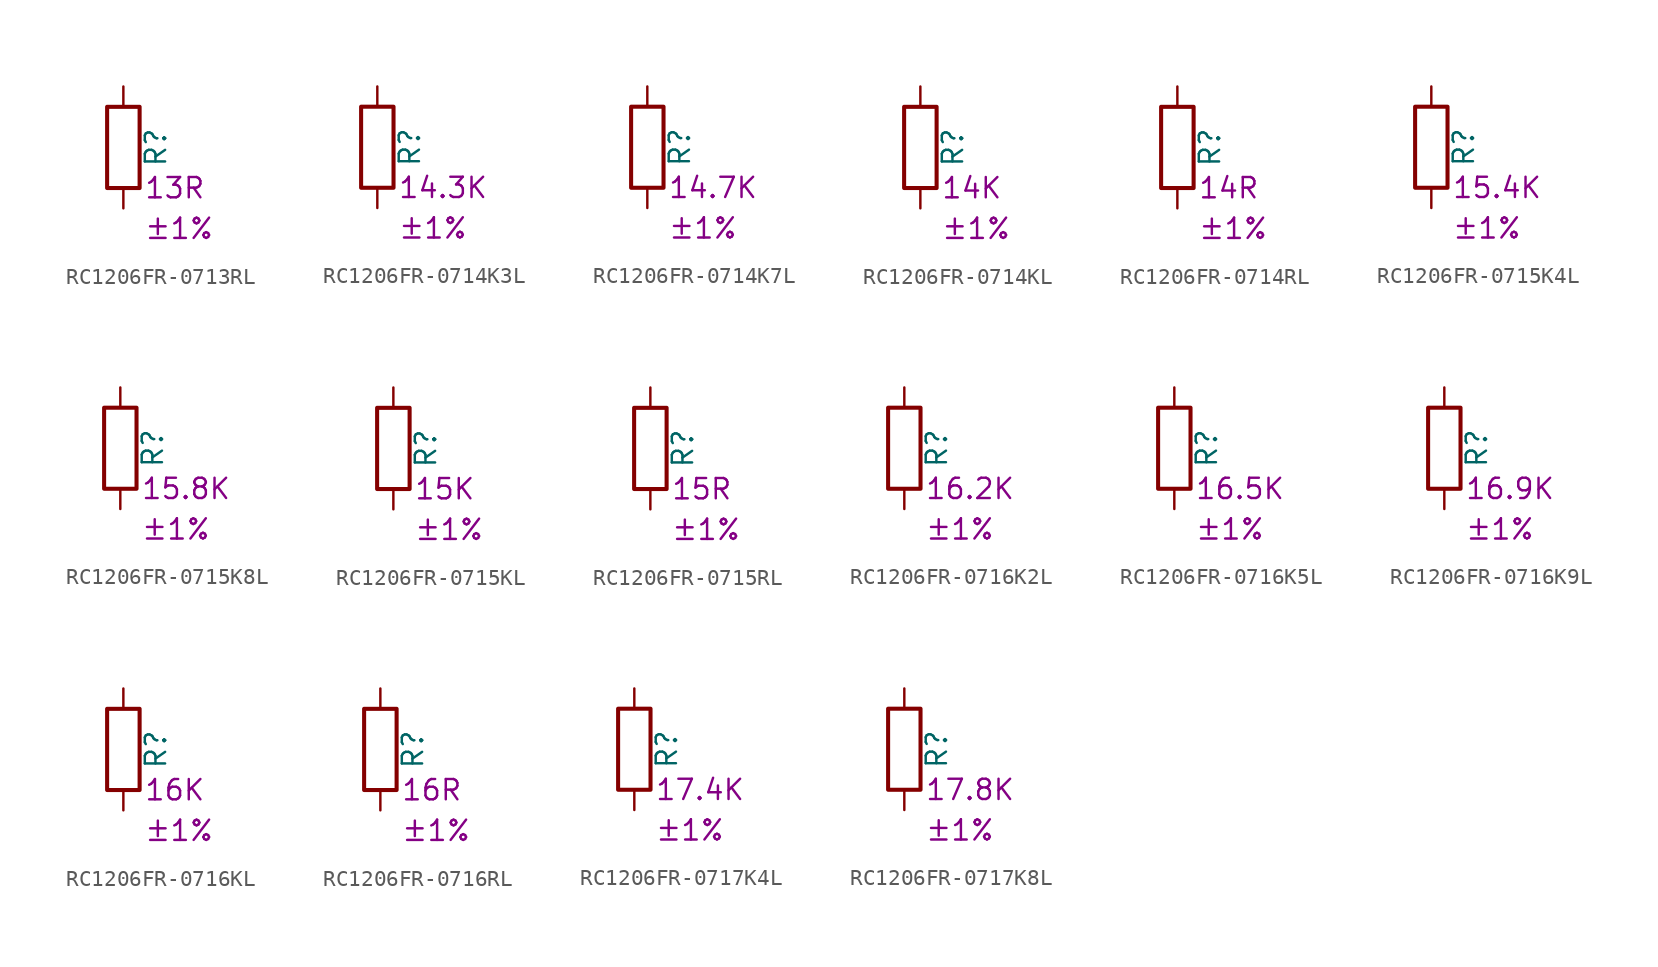
<source format=kicad_sym>
(kicad_symbol_lib
  (version 20220914)
  (generator kicad_symbol_editor)
  (symbol "RC1206FR-0713RL"
    (pin_numbers hide)
    (pin_names
      (offset 0))
    (property "Reference" "R"
      (at 2.032 0 90)
      (effects (font (size 1.27 1.27))))
    (property "Resistance" "13R"
      (at 1.27 -2.54 0)
      (effects (font (size 1.27 1.27)) (justify left)))
    (property "Tolerance" "±1%"
      (at 1.27 -5.08 0)
      (effects (font (size 1.27 1.27)) (justify left)))
    (symbol "RC1206FR-0713RL_0_1"
      (rectangle (start -1.016 -2.54) (end 1.016 2.54) (stroke (width 0.254) (type default)) (fill (type none))))
    (symbol "RC1206FR-0713RL_1_1"
      (pin passive line (at 0 3.81 270) (length 1.27) (name "~" (effects (font (size 1.27 1.27)))) (number "1" (effects (font (size 1.27 1.27)))))
      (pin passive line (at 0 -3.81 90) (length 1.27) (name "~" (effects (font (size 1.27 1.27)))) (number "2" (effects (font (size 1.27 1.27)))))))
  (symbol "RC1206FR-0714K3L"
    (pin_numbers hide)
    (pin_names
      (offset 0))
    (property "Reference" "R"
      (at 2.032 0 90)
      (effects (font (size 1.27 1.27))))
    (property "Resistance" "14.3K"
      (at 1.27 -2.54 0)
      (effects (font (size 1.27 1.27)) (justify left)))
    (property "Tolerance" "±1%"
      (at 1.27 -5.08 0)
      (effects (font (size 1.27 1.27)) (justify left)))
    (symbol "RC1206FR-0714K3L_0_1"
      (rectangle (start -1.016 -2.54) (end 1.016 2.54) (stroke (width 0.254) (type default)) (fill (type none))))
    (symbol "RC1206FR-0714K3L_1_1"
      (pin passive line (at 0 3.81 270) (length 1.27) (name "~" (effects (font (size 1.27 1.27)))) (number "1" (effects (font (size 1.27 1.27)))))
      (pin passive line (at 0 -3.81 90) (length 1.27) (name "~" (effects (font (size 1.27 1.27)))) (number "2" (effects (font (size 1.27 1.27)))))))
  (symbol "RC1206FR-0714K7L"
    (pin_numbers hide)
    (pin_names
      (offset 0))
    (property "Reference" "R"
      (at 2.032 0 90)
      (effects (font (size 1.27 1.27))))
    (property "Resistance" "14.7K"
      (at 1.27 -2.54 0)
      (effects (font (size 1.27 1.27)) (justify left)))
    (property "Tolerance" "±1%"
      (at 1.27 -5.08 0)
      (effects (font (size 1.27 1.27)) (justify left)))
    (symbol "RC1206FR-0714K7L_0_1"
      (rectangle (start -1.016 -2.54) (end 1.016 2.54) (stroke (width 0.254) (type default)) (fill (type none))))
    (symbol "RC1206FR-0714K7L_1_1"
      (pin passive line (at 0 3.81 270) (length 1.27) (name "~" (effects (font (size 1.27 1.27)))) (number "1" (effects (font (size 1.27 1.27)))))
      (pin passive line (at 0 -3.81 90) (length 1.27) (name "~" (effects (font (size 1.27 1.27)))) (number "2" (effects (font (size 1.27 1.27)))))))
  (symbol "RC1206FR-0714KL"
    (pin_numbers hide)
    (pin_names
      (offset 0))
    (property "Reference" "R"
      (at 2.032 0 90)
      (effects (font (size 1.27 1.27))))
    (property "Resistance" "14K"
      (at 1.27 -2.54 0)
      (effects (font (size 1.27 1.27)) (justify left)))
    (property "Tolerance" "±1%"
      (at 1.27 -5.08 0)
      (effects (font (size 1.27 1.27)) (justify left)))
    (symbol "RC1206FR-0714KL_0_1"
      (rectangle (start -1.016 -2.54) (end 1.016 2.54) (stroke (width 0.254) (type default)) (fill (type none))))
    (symbol "RC1206FR-0714KL_1_1"
      (pin passive line (at 0 3.81 270) (length 1.27) (name "~" (effects (font (size 1.27 1.27)))) (number "1" (effects (font (size 1.27 1.27)))))
      (pin passive line (at 0 -3.81 90) (length 1.27) (name "~" (effects (font (size 1.27 1.27)))) (number "2" (effects (font (size 1.27 1.27)))))))
  (symbol "RC1206FR-0714RL"
    (pin_numbers hide)
    (pin_names
      (offset 0))
    (property "Reference" "R"
      (at 2.032 0 90)
      (effects (font (size 1.27 1.27))))
    (property "Resistance" "14R"
      (at 1.27 -2.54 0)
      (effects (font (size 1.27 1.27)) (justify left)))
    (property "Tolerance" "±1%"
      (at 1.27 -5.08 0)
      (effects (font (size 1.27 1.27)) (justify left)))
    (symbol "RC1206FR-0714RL_0_1"
      (rectangle (start -1.016 -2.54) (end 1.016 2.54) (stroke (width 0.254) (type default)) (fill (type none))))
    (symbol "RC1206FR-0714RL_1_1"
      (pin passive line (at 0 3.81 270) (length 1.27) (name "~" (effects (font (size 1.27 1.27)))) (number "1" (effects (font (size 1.27 1.27)))))
      (pin passive line (at 0 -3.81 90) (length 1.27) (name "~" (effects (font (size 1.27 1.27)))) (number "2" (effects (font (size 1.27 1.27)))))))
  (symbol "RC1206FR-0715K4L"
    (pin_numbers hide)
    (pin_names
      (offset 0))
    (property "Reference" "R"
      (at 2.032 0 90)
      (effects (font (size 1.27 1.27))))
    (property "Resistance" "15.4K"
      (at 1.27 -2.54 0)
      (effects (font (size 1.27 1.27)) (justify left)))
    (property "Tolerance" "±1%"
      (at 1.27 -5.08 0)
      (effects (font (size 1.27 1.27)) (justify left)))
    (symbol "RC1206FR-0715K4L_0_1"
      (rectangle (start -1.016 -2.54) (end 1.016 2.54) (stroke (width 0.254) (type default)) (fill (type none))))
    (symbol "RC1206FR-0715K4L_1_1"
      (pin passive line (at 0 3.81 270) (length 1.27) (name "~" (effects (font (size 1.27 1.27)))) (number "1" (effects (font (size 1.27 1.27)))))
      (pin passive line (at 0 -3.81 90) (length 1.27) (name "~" (effects (font (size 1.27 1.27)))) (number "2" (effects (font (size 1.27 1.27)))))))
  (symbol "RC1206FR-0715K8L"
    (pin_numbers hide)
    (pin_names
      (offset 0))
    (property "Reference" "R"
      (at 2.032 0 90)
      (effects (font (size 1.27 1.27))))
    (property "Resistance" "15.8K"
      (at 1.27 -2.54 0)
      (effects (font (size 1.27 1.27)) (justify left)))
    (property "Tolerance" "±1%"
      (at 1.27 -5.08 0)
      (effects (font (size 1.27 1.27)) (justify left)))
    (symbol "RC1206FR-0715K8L_0_1"
      (rectangle (start -1.016 -2.54) (end 1.016 2.54) (stroke (width 0.254) (type default)) (fill (type none))))
    (symbol "RC1206FR-0715K8L_1_1"
      (pin passive line (at 0 3.81 270) (length 1.27) (name "~" (effects (font (size 1.27 1.27)))) (number "1" (effects (font (size 1.27 1.27)))))
      (pin passive line (at 0 -3.81 90) (length 1.27) (name "~" (effects (font (size 1.27 1.27)))) (number "2" (effects (font (size 1.27 1.27)))))))
  (symbol "RC1206FR-0715KL"
    (pin_numbers hide)
    (pin_names
      (offset 0))
    (property "Reference" "R"
      (at 2.032 0 90)
      (effects (font (size 1.27 1.27))))
    (property "Resistance" "15K"
      (at 1.27 -2.54 0)
      (effects (font (size 1.27 1.27)) (justify left)))
    (property "Tolerance" "±1%"
      (at 1.27 -5.08 0)
      (effects (font (size 1.27 1.27)) (justify left)))
    (symbol "RC1206FR-0715KL_0_1"
      (rectangle (start -1.016 -2.54) (end 1.016 2.54) (stroke (width 0.254) (type default)) (fill (type none))))
    (symbol "RC1206FR-0715KL_1_1"
      (pin passive line (at 0 3.81 270) (length 1.27) (name "~" (effects (font (size 1.27 1.27)))) (number "1" (effects (font (size 1.27 1.27)))))
      (pin passive line (at 0 -3.81 90) (length 1.27) (name "~" (effects (font (size 1.27 1.27)))) (number "2" (effects (font (size 1.27 1.27)))))))
  (symbol "RC1206FR-0715RL"
    (pin_numbers hide)
    (pin_names
      (offset 0))
    (property "Reference" "R"
      (at 2.032 0 90)
      (effects (font (size 1.27 1.27))))
    (property "Resistance" "15R"
      (at 1.27 -2.54 0)
      (effects (font (size 1.27 1.27)) (justify left)))
    (property "Tolerance" "±1%"
      (at 1.27 -5.08 0)
      (effects (font (size 1.27 1.27)) (justify left)))
    (symbol "RC1206FR-0715RL_0_1"
      (rectangle (start -1.016 -2.54) (end 1.016 2.54) (stroke (width 0.254) (type default)) (fill (type none))))
    (symbol "RC1206FR-0715RL_1_1"
      (pin passive line (at 0 3.81 270) (length 1.27) (name "~" (effects (font (size 1.27 1.27)))) (number "1" (effects (font (size 1.27 1.27)))))
      (pin passive line (at 0 -3.81 90) (length 1.27) (name "~" (effects (font (size 1.27 1.27)))) (number "2" (effects (font (size 1.27 1.27)))))))
  (symbol "RC1206FR-0716K2L"
    (pin_numbers hide)
    (pin_names
      (offset 0))
    (property "Reference" "R"
      (at 2.032 0 90)
      (effects (font (size 1.27 1.27))))
    (property "Resistance" "16.2K"
      (at 1.27 -2.54 0)
      (effects (font (size 1.27 1.27)) (justify left)))
    (property "Tolerance" "±1%"
      (at 1.27 -5.08 0)
      (effects (font (size 1.27 1.27)) (justify left)))
    (symbol "RC1206FR-0716K2L_0_1"
      (rectangle (start -1.016 -2.54) (end 1.016 2.54) (stroke (width 0.254) (type default)) (fill (type none))))
    (symbol "RC1206FR-0716K2L_1_1"
      (pin passive line (at 0 3.81 270) (length 1.27) (name "~" (effects (font (size 1.27 1.27)))) (number "1" (effects (font (size 1.27 1.27)))))
      (pin passive line (at 0 -3.81 90) (length 1.27) (name "~" (effects (font (size 1.27 1.27)))) (number "2" (effects (font (size 1.27 1.27)))))))
  (symbol "RC1206FR-0716K5L"
    (pin_numbers hide)
    (pin_names
      (offset 0))
    (property "Reference" "R"
      (at 2.032 0 90)
      (effects (font (size 1.27 1.27))))
    (property "Resistance" "16.5K"
      (at 1.27 -2.54 0)
      (effects (font (size 1.27 1.27)) (justify left)))
    (property "Tolerance" "±1%"
      (at 1.27 -5.08 0)
      (effects (font (size 1.27 1.27)) (justify left)))
    (symbol "RC1206FR-0716K5L_0_1"
      (rectangle (start -1.016 -2.54) (end 1.016 2.54) (stroke (width 0.254) (type default)) (fill (type none))))
    (symbol "RC1206FR-0716K5L_1_1"
      (pin passive line (at 0 3.81 270) (length 1.27) (name "~" (effects (font (size 1.27 1.27)))) (number "1" (effects (font (size 1.27 1.27)))))
      (pin passive line (at 0 -3.81 90) (length 1.27) (name "~" (effects (font (size 1.27 1.27)))) (number "2" (effects (font (size 1.27 1.27)))))))
  (symbol "RC1206FR-0716K9L"
    (pin_numbers hide)
    (pin_names
      (offset 0))
    (property "Reference" "R"
      (at 2.032 0 90)
      (effects (font (size 1.27 1.27))))
    (property "Resistance" "16.9K"
      (at 1.27 -2.54 0)
      (effects (font (size 1.27 1.27)) (justify left)))
    (property "Tolerance" "±1%"
      (at 1.27 -5.08 0)
      (effects (font (size 1.27 1.27)) (justify left)))
    (symbol "RC1206FR-0716K9L_0_1"
      (rectangle (start -1.016 -2.54) (end 1.016 2.54) (stroke (width 0.254) (type default)) (fill (type none))))
    (symbol "RC1206FR-0716K9L_1_1"
      (pin passive line (at 0 3.81 270) (length 1.27) (name "~" (effects (font (size 1.27 1.27)))) (number "1" (effects (font (size 1.27 1.27)))))
      (pin passive line (at 0 -3.81 90) (length 1.27) (name "~" (effects (font (size 1.27 1.27)))) (number "2" (effects (font (size 1.27 1.27)))))))
  (symbol "RC1206FR-0716KL"
    (pin_numbers hide)
    (pin_names
      (offset 0))
    (property "Reference" "R"
      (at 2.032 0 90)
      (effects (font (size 1.27 1.27))))
    (property "Resistance" "16K"
      (at 1.27 -2.54 0)
      (effects (font (size 1.27 1.27)) (justify left)))
    (property "Tolerance" "±1%"
      (at 1.27 -5.08 0)
      (effects (font (size 1.27 1.27)) (justify left)))
    (symbol "RC1206FR-0716KL_0_1"
      (rectangle (start -1.016 -2.54) (end 1.016 2.54) (stroke (width 0.254) (type default)) (fill (type none))))
    (symbol "RC1206FR-0716KL_1_1"
      (pin passive line (at 0 3.81 270) (length 1.27) (name "~" (effects (font (size 1.27 1.27)))) (number "1" (effects (font (size 1.27 1.27)))))
      (pin passive line (at 0 -3.81 90) (length 1.27) (name "~" (effects (font (size 1.27 1.27)))) (number "2" (effects (font (size 1.27 1.27)))))))
  (symbol "RC1206FR-0716RL"
    (pin_numbers hide)
    (pin_names
      (offset 0))
    (property "Reference" "R"
      (at 2.032 0 90)
      (effects (font (size 1.27 1.27))))
    (property "Resistance" "16R"
      (at 1.27 -2.54 0)
      (effects (font (size 1.27 1.27)) (justify left)))
    (property "Tolerance" "±1%"
      (at 1.27 -5.08 0)
      (effects (font (size 1.27 1.27)) (justify left)))
    (symbol "RC1206FR-0716RL_0_1"
      (rectangle (start -1.016 -2.54) (end 1.016 2.54) (stroke (width 0.254) (type default)) (fill (type none))))
    (symbol "RC1206FR-0716RL_1_1"
      (pin passive line (at 0 3.81 270) (length 1.27) (name "~" (effects (font (size 1.27 1.27)))) (number "1" (effects (font (size 1.27 1.27)))))
      (pin passive line (at 0 -3.81 90) (length 1.27) (name "~" (effects (font (size 1.27 1.27)))) (number "2" (effects (font (size 1.27 1.27)))))))
  (symbol "RC1206FR-0717K4L"
    (pin_numbers hide)
    (pin_names
      (offset 0))
    (property "Reference" "R"
      (at 2.032 0 90)
      (effects (font (size 1.27 1.27))))
    (property "Resistance" "17.4K"
      (at 1.27 -2.54 0)
      (effects (font (size 1.27 1.27)) (justify left)))
    (property "Tolerance" "±1%"
      (at 1.27 -5.08 0)
      (effects (font (size 1.27 1.27)) (justify left)))
    (symbol "RC1206FR-0717K4L_0_1"
      (rectangle (start -1.016 -2.54) (end 1.016 2.54) (stroke (width 0.254) (type default)) (fill (type none))))
    (symbol "RC1206FR-0717K4L_1_1"
      (pin passive line (at 0 3.81 270) (length 1.27) (name "~" (effects (font (size 1.27 1.27)))) (number "1" (effects (font (size 1.27 1.27)))))
      (pin passive line (at 0 -3.81 90) (length 1.27) (name "~" (effects (font (size 1.27 1.27)))) (number "2" (effects (font (size 1.27 1.27)))))))
  (symbol "RC1206FR-0717K8L"
    (pin_numbers hide)
    (pin_names
      (offset 0))
    (property "Reference" "R"
      (at 2.032 0 90)
      (effects (font (size 1.27 1.27))))
    (property "Resistance" "17.8K"
      (at 1.27 -2.54 0)
      (effects (font (size 1.27 1.27)) (justify left)))
    (property "Tolerance" "±1%"
      (at 1.27 -5.08 0)
      (effects (font (size 1.27 1.27)) (justify left)))
    (symbol "RC1206FR-0717K8L_0_1"
      (rectangle (start -1.016 -2.54) (end 1.016 2.54) (stroke (width 0.254) (type default)) (fill (type none))))
    (symbol "RC1206FR-0717K8L_1_1"
      (pin passive line (at 0 3.81 270) (length 1.27) (name "~" (effects (font (size 1.27 1.27)))) (number "1" (effects (font (size 1.27 1.27)))))
      (pin passive line (at 0 -3.81 90) (length 1.27) (name "~" (effects (font (size 1.27 1.27)))) (number "2" (effects (font (size 1.27 1.27))))))))
</source>
